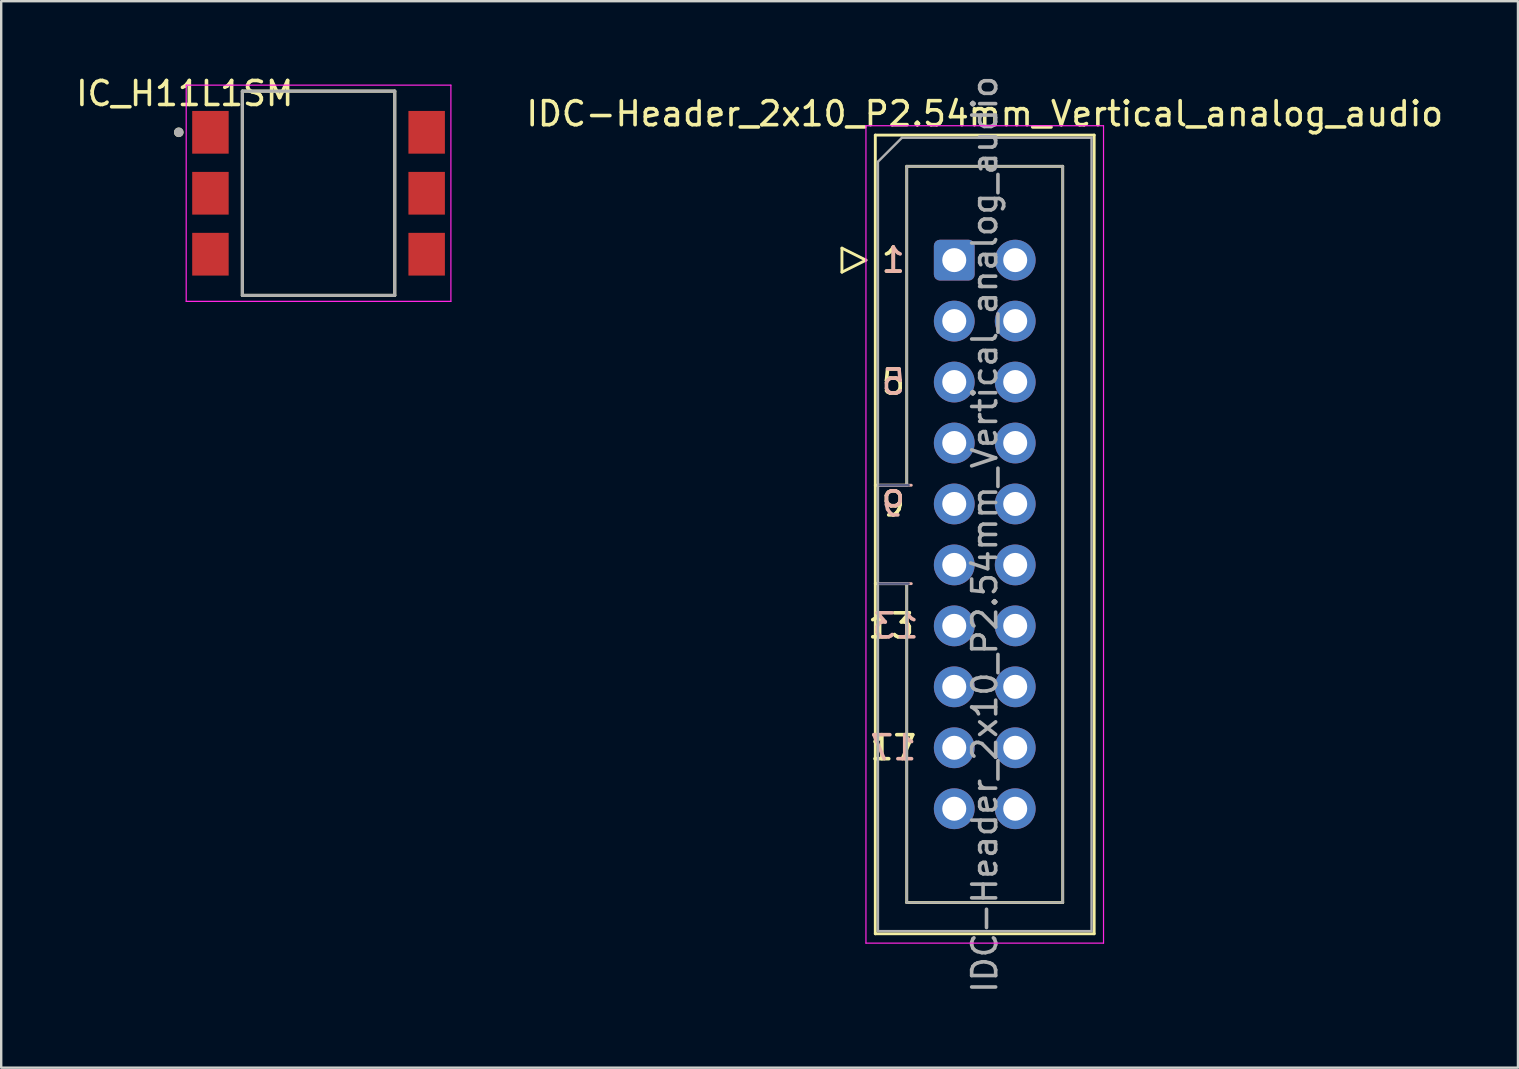
<source format=kicad_pcb>
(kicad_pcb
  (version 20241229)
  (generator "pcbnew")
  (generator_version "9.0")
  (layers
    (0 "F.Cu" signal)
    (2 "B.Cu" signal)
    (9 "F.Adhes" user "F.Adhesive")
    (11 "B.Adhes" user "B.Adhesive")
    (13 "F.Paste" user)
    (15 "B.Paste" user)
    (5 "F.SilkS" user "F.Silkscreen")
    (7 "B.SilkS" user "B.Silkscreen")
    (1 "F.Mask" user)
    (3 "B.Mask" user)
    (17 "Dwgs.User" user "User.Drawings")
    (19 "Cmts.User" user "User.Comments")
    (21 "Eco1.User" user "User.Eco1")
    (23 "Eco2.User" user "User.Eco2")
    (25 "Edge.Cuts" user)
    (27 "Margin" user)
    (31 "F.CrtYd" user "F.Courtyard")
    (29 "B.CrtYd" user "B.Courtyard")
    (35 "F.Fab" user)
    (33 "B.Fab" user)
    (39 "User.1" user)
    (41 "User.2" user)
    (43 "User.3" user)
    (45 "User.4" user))
  (footprint "IDC-Header_2x10_P2.54mm_Vertical_analog_audio"
    (layer "F.Cu")
    (at 36.714 7.79)
    (property "Reference" "IDC-Header_2x10_P2.54mm_Vertical_analog_audio" (at 1.27 -6.1 0) (layer "F.SilkS") (effects (font (size 1 1) (thickness 0.15))))
    (attr through_hole)
    (fp_line (start -4.68 -0.5) (end -4.68 0.5) (stroke (width 0.12) (type solid)) (layer "F.SilkS"))
    (fp_line (start -4.68 0.5) (end -3.68 0) (stroke (width 0.12) (type solid)) (layer "F.SilkS"))
    (fp_line (start -3.68 0) (end -4.68 -0.5) (stroke (width 0.12) (type solid)) (layer "F.SilkS"))
    (fp_line (start -3.29 -5.21) (end 5.83 -5.21) (stroke (width 0.12) (type solid)) (layer "F.SilkS"))
    (fp_line (start -3.29 9.38) (end -1.98 9.38) (stroke (width 0.12) (type solid)) (layer "F.SilkS"))
    (fp_line (start -3.29 28.07) (end -3.29 -5.21) (stroke (width 0.12) (type solid)) (layer "F.SilkS"))
    (fp_line (start -1.98 -3.91) (end 4.52 -3.91) (stroke (width 0.12) (type solid)) (layer "F.SilkS"))
    (fp_line (start -1.98 9.38) (end -1.98 -3.91) (stroke (width 0.12) (type solid)) (layer "F.SilkS"))
    (fp_line (start -1.98 13.48) (end -3.29 13.48) (stroke (width 0.12) (type solid)) (layer "F.SilkS"))
    (fp_line (start -1.98 13.48) (end -1.98 13.48) (stroke (width 0.12) (type solid)) (layer "F.SilkS"))
    (fp_line (start -1.98 26.77) (end -1.98 13.48) (stroke (width 0.12) (type solid)) (layer "F.SilkS"))
    (fp_line (start 4.52 -3.91) (end 4.52 26.77) (stroke (width 0.12) (type solid)) (layer "F.SilkS"))
    (fp_line (start 4.52 26.77) (end -1.98 26.77) (stroke (width 0.12) (type solid)) (layer "F.SilkS"))
    (fp_line (start 5.83 -5.21) (end 5.83 28.07) (stroke (width 0.12) (type solid)) (layer "F.SilkS"))
    (fp_line (start 5.83 28.07) (end -3.29 28.07) (stroke (width 0.12) (type solid)) (layer "F.SilkS"))
    (fp_line (start -3.1 13.48) (end -1.79 13.48) (stroke (width 0.12) (type solid)) (layer "B.SilkS"))
    (fp_line (start -1.79 9.38) (end -3.1 9.38) (stroke (width 0.12) (type solid)) (layer "B.SilkS"))
    (fp_line (start -3.68 -5.6) (end -3.68 28.46) (stroke (width 0.05) (type solid)) (layer "F.CrtYd"))
    (fp_line (start -3.68 28.46) (end 6.22 28.46) (stroke (width 0.05) (type solid)) (layer "F.CrtYd"))
    (fp_line (start 6.22 -5.6) (end -3.68 -5.6) (stroke (width 0.05) (type solid)) (layer "F.CrtYd"))
    (fp_line (start 6.22 28.46) (end 6.22 -5.6) (stroke (width 0.05) (type solid)) (layer "F.CrtYd"))
    (fp_line (start -3.1 13.48) (end -1.9 13.48) (stroke (width 0.1) (type solid)) (layer "B.Fab"))
    (fp_line (start -1.9 9.38) (end -3.1 9.38) (stroke (width 0.1) (type solid)) (layer "B.Fab"))
    (fp_line (start -3.18 -4.1) (end -2.18 -5.1) (stroke (width 0.1) (type solid)) (layer "F.Fab"))
    (fp_line (start -3.18 9.38) (end -1.98 9.38) (stroke (width 0.1) (type solid)) (layer "F.Fab"))
    (fp_line (start -3.18 27.96) (end -3.18 -4.1) (stroke (width 0.1) (type solid)) (layer "F.Fab"))
    (fp_line (start -2.18 -5.1) (end 5.72 -5.1) (stroke (width 0.1) (type solid)) (layer "F.Fab"))
    (fp_line (start -1.98 -3.91) (end 4.52 -3.91) (stroke (width 0.1) (type solid)) (layer "F.Fab"))
    (fp_line (start -1.98 9.38) (end -1.98 -3.91) (stroke (width 0.1) (type solid)) (layer "F.Fab"))
    (fp_line (start -1.98 13.48) (end -3.18 13.48) (stroke (width 0.1) (type solid)) (layer "F.Fab"))
    (fp_line (start -1.98 13.48) (end -1.98 13.48) (stroke (width 0.1) (type solid)) (layer "F.Fab"))
    (fp_line (start -1.98 26.77) (end -1.98 13.48) (stroke (width 0.1) (type solid)) (layer "F.Fab"))
    (fp_line (start 4.52 -3.91) (end 4.52 26.77) (stroke (width 0.1) (type solid)) (layer "F.Fab"))
    (fp_line (start 4.52 26.77) (end -1.98 26.77) (stroke (width 0.1) (type solid)) (layer "F.Fab"))
    (fp_line (start 5.72 -5.1) (end 5.72 27.96) (stroke (width 0.1) (type solid)) (layer "F.Fab"))
    (fp_line (start 5.72 27.96) (end -3.18 27.96) (stroke (width 0.1) (type solid)) (layer "F.Fab"))
    (fp_text user "5" (at -2.54 5.08 0) (unlocked yes) (layer "F.SilkS") (effects (font (size 1 1) (thickness 0.15))))
    (fp_text user "17" (at -2.54 20.32 0) (unlocked yes) (layer "F.SilkS") (effects (font (size 1 1) (thickness 0.15))))
    (fp_text user "13" (at -2.635 15.24 0) (unlocked yes) (layer "F.SilkS") (effects (font (size 1 1) (thickness 0.15))))
    (fp_text user "9" (at -2.54 10.16 0) (unlocked yes) (layer "F.SilkS") (effects (font (size 1 1) (thickness 0.15))))
    (fp_text user "1" (at -2.54 0 0) (unlocked yes) (layer "F.SilkS") (effects (font (size 1 1) (thickness 0.15))))
    (fp_text user "5" (at -2.54 5.08 0) (unlocked yes) (layer "B.SilkS") (effects (font (size 1 1) (thickness 0.15)) (justify mirror)))
    (fp_text user "1" (at -2.54 0 0) (unlocked yes) (layer "B.SilkS") (effects (font (size 1 1) (thickness 0.15)) (justify mirror)))
    (fp_text user "13" (at -2.445 15.24 0) (unlocked yes) (layer "B.SilkS") (effects (font (size 1 1) (thickness 0.15)) (justify mirror)))
    (fp_text user "9" (at -2.54 10.16 0) (unlocked yes) (layer "B.SilkS") (effects (font (size 1 1) (thickness 0.15)) (justify mirror)))
    (fp_text user "17" (at -2.54 20.32 0) (unlocked yes) (layer "B.SilkS") (effects (font (size 1 1) (thickness 0.15)) (justify mirror)))
    (fp_text user "${REFERENCE}" (at 1.27 11.43 90) (layer "F.Fab") (effects (font (size 1 1) (thickness 0.15))))
    (pad "1" thru_hole roundrect (at 0 0) (size 1.7 1.7) (drill 1) (layers "*.Cu" "*.Mask") (roundrect_rratio 0.147))
    (pad "2" thru_hole circle (at 2.54 0) (size 1.7 1.7) (drill 1) (layers "*.Cu" "*.Mask"))
    (pad "3" thru_hole circle (at 0 2.54) (size 1.7 1.7) (drill 1) (layers "*.Cu" "*.Mask"))
    (pad "4" thru_hole circle (at 2.54 2.54) (size 1.7 1.7) (drill 1) (layers "*.Cu" "*.Mask"))
    (pad "5" thru_hole circle (at 0 5.08) (size 1.7 1.7) (drill 1) (layers "*.Cu" "*.Mask"))
    (pad "6" thru_hole circle (at 2.54 5.08) (size 1.7 1.7) (drill 1) (layers "*.Cu" "*.Mask"))
    (pad "7" thru_hole circle (at 0 7.62) (size 1.7 1.7) (drill 1) (layers "*.Cu" "*.Mask"))
    (pad "8" thru_hole circle (at 2.54 7.62) (size 1.7 1.7) (drill 1) (layers "*.Cu" "*.Mask"))
    (pad "9" thru_hole circle (at 0 10.16) (size 1.7 1.7) (drill 1) (layers "*.Cu" "*.Mask"))
    (pad "10" thru_hole circle (at 2.54 10.16) (size 1.7 1.7) (drill 1) (layers "*.Cu" "*.Mask"))
    (pad "11" thru_hole circle (at 0 12.7) (size 1.7 1.7) (drill 1) (layers "*.Cu" "*.Mask"))
    (pad "12" thru_hole circle (at 2.54 12.7) (size 1.7 1.7) (drill 1) (layers "*.Cu" "*.Mask"))
    (pad "13" thru_hole circle (at 0 15.24) (size 1.7 1.7) (drill 1) (layers "*.Cu" "*.Mask"))
    (pad "14" thru_hole circle (at 2.54 15.24) (size 1.7 1.7) (drill 1) (layers "*.Cu" "*.Mask"))
    (pad "15" thru_hole circle (at 0 17.78) (size 1.7 1.7) (drill 1) (layers "*.Cu" "*.Mask"))
    (pad "16" thru_hole circle (at 2.54 17.78) (size 1.7 1.7) (drill 1) (layers "*.Cu" "*.Mask"))
    (pad "17" thru_hole circle (at 0 20.32) (size 1.7 1.7) (drill 1) (layers "*.Cu" "*.Mask"))
    (pad "18" thru_hole circle (at 2.54 20.32) (size 1.7 1.7) (drill 1) (layers "*.Cu" "*.Mask"))
    (pad "19" thru_hole circle (at 0 22.86) (size 1.7 1.7) (drill 1) (layers "*.Cu" "*.Mask"))
    (pad "20" thru_hole circle (at 2.54 22.86) (size 1.7 1.7) (drill 1) (layers "*.Cu" "*.Mask")))
  (footprint "IC_H11L1SM"
    (layer "F.Cu")
    (at 10.224 5.003)
    (property "Reference" "IC_H11L1SM" (at -5.575 -4.155 0) (layer "F.SilkS") (effects (font (size 1 1) (thickness 0.15))))
    (attr smd)
    (fp_line (start -3.175 -4.255) (end -3.175 4.255) (stroke (width 0.127) (type solid)) (layer "F.SilkS"))
    (fp_line (start -3.175 -4.255) (end 3.175 -4.255) (stroke (width 0.127) (type solid)) (layer "F.SilkS"))
    (fp_line (start -3.175 4.255) (end 3.175 4.255) (stroke (width 0.127) (type solid)) (layer "F.SilkS"))
    (fp_line (start 3.175 -4.255) (end 3.175 4.255) (stroke (width 0.127) (type solid)) (layer "F.SilkS"))
    (fp_circle (center -5.825 -2.54) (end -5.725 -2.54) (stroke (width 0.2) (type solid)) (fill no) (layer "F.SilkS"))
    (fp_line (start -5.515 -4.505) (end -5.515 4.505) (stroke (width 0.05) (type solid)) (layer "F.CrtYd"))
    (fp_line (start -5.515 -4.505) (end 5.515 -4.505) (stroke (width 0.05) (type solid)) (layer "F.CrtYd"))
    (fp_line (start -5.515 4.505) (end 5.515 4.505) (stroke (width 0.05) (type solid)) (layer "F.CrtYd"))
    (fp_line (start 5.515 -4.505) (end 5.515 4.505) (stroke (width 0.05) (type solid)) (layer "F.CrtYd"))
    (fp_line (start -3.175 -4.255) (end -3.175 4.255) (stroke (width 0.127) (type solid)) (layer "F.Fab"))
    (fp_line (start -3.175 -4.255) (end 3.175 -4.255) (stroke (width 0.127) (type solid)) (layer "F.Fab"))
    (fp_line (start -3.175 4.255) (end 3.175 4.255) (stroke (width 0.127) (type solid)) (layer "F.Fab"))
    (fp_line (start 3.175 -4.255) (end 3.175 4.255) (stroke (width 0.127) (type solid)) (layer "F.Fab"))
    (fp_circle (center -5.825 -2.54) (end -5.725 -2.54) (stroke (width 0.2) (type solid)) (fill no) (layer "F.Fab"))
    (pad "1" smd rect (at -4.505 -2.54) (size 1.52 1.78) (layers "F.Cu" "F.Mask" "F.Paste"))
    (pad "2" smd rect (at -4.505 0) (size 1.52 1.78) (layers "F.Cu" "F.Mask" "F.Paste"))
    (pad "3" smd rect (at -4.505 2.54) (size 1.52 1.78) (layers "F.Cu" "F.Mask" "F.Paste"))
    (pad "4" smd rect (at 4.505 2.54) (size 1.52 1.78) (layers "F.Cu" "F.Mask" "F.Paste"))
    (pad "5" smd rect (at 4.505 0) (size 1.52 1.78) (layers "F.Cu" "F.Mask" "F.Paste"))
    (pad "6" smd rect (at 4.505 -2.54) (size 1.52 1.78) (layers "F.Cu" "F.Mask" "F.Paste")))
  (gr_rect
    (start -3 -3)
    (end 60.204 41.44)
    (stroke (width 0.1) (type default))
    (fill no)
    (layer "Edge.Cuts")))
</source>
